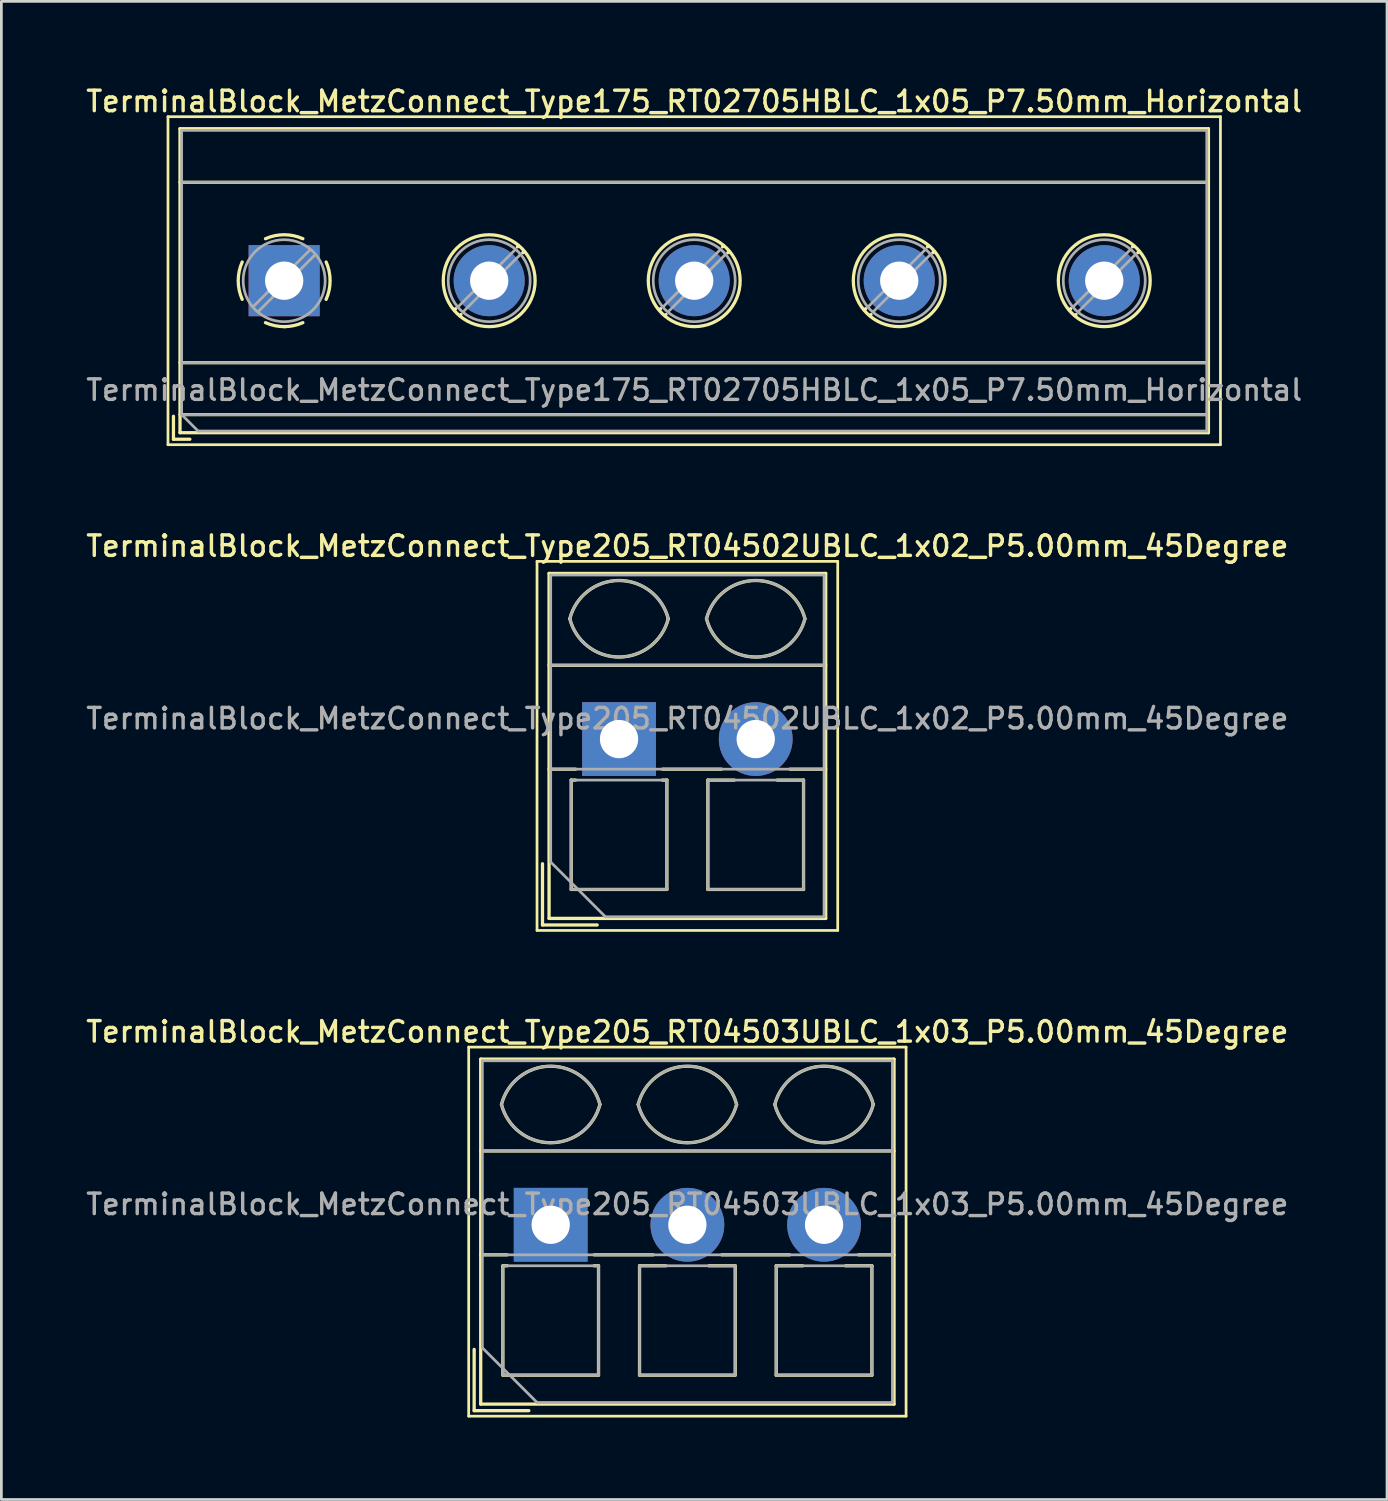
<source format=kicad_pcb>
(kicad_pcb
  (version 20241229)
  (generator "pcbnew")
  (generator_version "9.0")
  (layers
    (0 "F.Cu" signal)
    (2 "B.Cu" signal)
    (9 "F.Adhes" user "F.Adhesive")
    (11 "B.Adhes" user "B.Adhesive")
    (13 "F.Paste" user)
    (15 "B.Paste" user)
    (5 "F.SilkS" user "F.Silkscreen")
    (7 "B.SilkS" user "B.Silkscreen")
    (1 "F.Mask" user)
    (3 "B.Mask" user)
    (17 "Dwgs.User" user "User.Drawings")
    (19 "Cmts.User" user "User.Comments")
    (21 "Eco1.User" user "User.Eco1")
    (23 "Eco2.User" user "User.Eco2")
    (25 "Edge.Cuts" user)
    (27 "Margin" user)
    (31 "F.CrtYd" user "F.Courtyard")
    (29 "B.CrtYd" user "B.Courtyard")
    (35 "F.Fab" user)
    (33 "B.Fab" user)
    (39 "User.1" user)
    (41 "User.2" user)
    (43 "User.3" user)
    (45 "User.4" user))
  (footprint "TerminalBlock_MetzConnect_Type205_RT04502UBLC_1x02_P5.00mm_45Degree"
    (layer "F.Cu")
    (at 19.595 23.986)
    (property "Reference" "TerminalBlock_MetzConnect_Type205_RT04502UBLC_1x02_P5.00mm_45Degree" (at 2.5 -7.06 0) (layer "F.SilkS") (effects (font (size 0.75 0.75) (thickness 0.125))))
    (attr through_hole)
    (fp_line (start -3 -6.5) (end -3 7) (stroke (width 0.1) (type solid)) (layer "F.SilkS"))
    (fp_line (start -3 7) (end 8 7) (stroke (width 0.1) (type solid)) (layer "F.SilkS"))
    (fp_line (start -2.8 4.56) (end -2.8 6.8) (stroke (width 0.12) (type solid)) (layer "F.SilkS"))
    (fp_line (start -2.8 6.8) (end -0.8 6.8) (stroke (width 0.12) (type solid)) (layer "F.SilkS"))
    (fp_line (start -2.56 -6.06) (end -2.56 6.56) (stroke (width 0.12) (type solid)) (layer "F.SilkS"))
    (fp_line (start -2.56 -6.06) (end 7.56 -6.06) (stroke (width 0.12) (type solid)) (layer "F.SilkS"))
    (fp_line (start -2.56 -2.7) (end 7.56 -2.7) (stroke (width 0.12) (type solid)) (layer "F.SilkS"))
    (fp_line (start -2.56 1.1) (end -1.59 1.1) (stroke (width 0.12) (type solid)) (layer "F.SilkS"))
    (fp_line (start -2.56 6.56) (end 7.56 6.56) (stroke (width 0.12) (type solid)) (layer "F.SilkS"))
    (fp_line (start -1.75 1.5) (end -1.75 5.5) (stroke (width 0.12) (type solid)) (layer "F.SilkS"))
    (fp_line (start -1.75 1.5) (end -1.59 1.5) (stroke (width 0.12) (type solid)) (layer "F.SilkS"))
    (fp_line (start -1.75 5.5) (end 1.75 5.5) (stroke (width 0.12) (type solid)) (layer "F.SilkS"))
    (fp_line (start 1.59 1.1) (end 3.744 1.1) (stroke (width 0.12) (type solid)) (layer "F.SilkS"))
    (fp_line (start 1.59 1.5) (end 1.75 1.5) (stroke (width 0.12) (type solid)) (layer "F.SilkS"))
    (fp_line (start 1.75 1.5) (end 1.75 5.5) (stroke (width 0.12) (type solid)) (layer "F.SilkS"))
    (fp_line (start 3.25 1.5) (end 3.25 5.5) (stroke (width 0.12) (type solid)) (layer "F.SilkS"))
    (fp_line (start 3.25 1.5) (end 4.216 1.5) (stroke (width 0.12) (type solid)) (layer "F.SilkS"))
    (fp_line (start 3.25 5.5) (end 6.75 5.5) (stroke (width 0.12) (type solid)) (layer "F.SilkS"))
    (fp_line (start 5.785 1.5) (end 6.75 1.5) (stroke (width 0.12) (type solid)) (layer "F.SilkS"))
    (fp_line (start 6.257 1.1) (end 7.56 1.1) (stroke (width 0.12) (type solid)) (layer "F.SilkS"))
    (fp_line (start 6.75 1.5) (end 6.75 5.5) (stroke (width 0.12) (type solid)) (layer "F.SilkS"))
    (fp_line (start 7.56 -6.06) (end 7.56 6.56) (stroke (width 0.12) (type solid)) (layer "F.SilkS"))
    (fp_line (start 8 -6.5) (end -3 -6.5) (stroke (width 0.1) (type solid)) (layer "F.SilkS"))
    (fp_line (start 8 7) (end 8 -6.5) (stroke (width 0.1) (type solid)) (layer "F.SilkS"))
    (fp_arc (start -1.800846 -4.400605) (mid 0.000312 -5.801077) (end 1.801 -4.4) (stroke (width 0.12) (type solid)) (layer "F.SilkS"))
    (fp_arc (start 1.8 -4.4) (mid -0.000903 -3.000646) (end -1.800445 -4.401751) (stroke (width 0.12) (type solid)) (layer "F.SilkS"))
    (fp_arc (start 3.199154 -4.400605) (mid 5.000312 -5.801077) (end 6.801 -4.4) (stroke (width 0.12) (type solid)) (layer "F.SilkS"))
    (fp_arc (start 6.8 -4.4) (mid 4.999097 -3.000646) (end 3.199555 -4.401751) (stroke (width 0.12) (type solid)) (layer "F.SilkS"))
    (fp_line (start -2.5 -6) (end 7.5 -6) (stroke (width 0.1) (type solid)) (layer "F.Fab"))
    (fp_line (start -2.5 -2.7) (end 7.5 -2.7) (stroke (width 0.1) (type solid)) (layer "F.Fab"))
    (fp_line (start -2.5 1.1) (end 7.5 1.1) (stroke (width 0.1) (type solid)) (layer "F.Fab"))
    (fp_line (start -2.5 4.5) (end -2.5 -6) (stroke (width 0.1) (type solid)) (layer "F.Fab"))
    (fp_line (start -1.75 1.5) (end -1.75 5.5) (stroke (width 0.1) (type solid)) (layer "F.Fab"))
    (fp_line (start -1.75 5.5) (end 1.75 5.5) (stroke (width 0.1) (type solid)) (layer "F.Fab"))
    (fp_line (start -0.5 6.5) (end -2.5 4.5) (stroke (width 0.1) (type solid)) (layer "F.Fab"))
    (fp_line (start 1.75 1.5) (end -1.75 1.5) (stroke (width 0.1) (type solid)) (layer "F.Fab"))
    (fp_line (start 1.75 5.5) (end 1.75 1.5) (stroke (width 0.1) (type solid)) (layer "F.Fab"))
    (fp_line (start 3.25 1.5) (end 3.25 5.5) (stroke (width 0.1) (type solid)) (layer "F.Fab"))
    (fp_line (start 3.25 5.5) (end 6.75 5.5) (stroke (width 0.1) (type solid)) (layer "F.Fab"))
    (fp_line (start 6.75 1.5) (end 3.25 1.5) (stroke (width 0.1) (type solid)) (layer "F.Fab"))
    (fp_line (start 6.75 5.5) (end 6.75 1.5) (stroke (width 0.1) (type solid)) (layer "F.Fab"))
    (fp_line (start 7.5 -6) (end 7.5 6.5) (stroke (width 0.1) (type solid)) (layer "F.Fab"))
    (fp_line (start 7.5 6.5) (end -0.5 6.5) (stroke (width 0.1) (type solid)) (layer "F.Fab"))
    (fp_arc (start -1.800846 -4.400605) (mid 0.000312 -5.801077) (end 1.801 -4.4) (stroke (width 0.1) (type solid)) (layer "F.Fab"))
    (fp_arc (start 1.8 -4.4) (mid -0.000903 -3.000646) (end -1.800445 -4.401751) (stroke (width 0.1) (type solid)) (layer "F.Fab"))
    (fp_arc (start 3.199154 -4.400605) (mid 5.000312 -5.801077) (end 6.801 -4.4) (stroke (width 0.1) (type solid)) (layer "F.Fab"))
    (fp_arc (start 6.8 -4.4) (mid 4.999097 -3.000646) (end 3.199555 -4.401751) (stroke (width 0.1) (type solid)) (layer "F.Fab"))
    (fp_text user "${REFERENCE}" (at 2.5 -0.75 0) (layer "F.Fab") (effects (font (size 0.75 0.75) (thickness 0.125))))
    (pad "1" thru_hole rect (at 0 0) (size 2.7 2.7) (drill 1.4) (layers "*.Cu" "*.Mask"))
    (pad "2" thru_hole circle (at 5 0) (size 2.7 2.7) (drill 1.4) (layers "*.Cu" "*.Mask")))
  (footprint "TerminalBlock_MetzConnect_Type205_RT04503UBLC_1x03_P5.00mm_45Degree"
    (layer "F.Cu")
    (at 17.095 41.754)
    (property "Reference" "TerminalBlock_MetzConnect_Type205_RT04503UBLC_1x03_P5.00mm_45Degree" (at 5 -7.06 0) (layer "F.SilkS") (effects (font (size 0.75 0.75) (thickness 0.125))))
    (attr through_hole)
    (fp_line (start -3 -6.5) (end -3 7) (stroke (width 0.1) (type solid)) (layer "F.SilkS"))
    (fp_line (start -3 7) (end 13 7) (stroke (width 0.1) (type solid)) (layer "F.SilkS"))
    (fp_line (start -2.8 4.56) (end -2.8 6.8) (stroke (width 0.12) (type solid)) (layer "F.SilkS"))
    (fp_line (start -2.8 6.8) (end -0.8 6.8) (stroke (width 0.12) (type solid)) (layer "F.SilkS"))
    (fp_line (start -2.56 -6.06) (end -2.56 6.56) (stroke (width 0.12) (type solid)) (layer "F.SilkS"))
    (fp_line (start -2.56 -6.06) (end 12.56 -6.06) (stroke (width 0.12) (type solid)) (layer "F.SilkS"))
    (fp_line (start -2.56 -2.7) (end 12.56 -2.7) (stroke (width 0.12) (type solid)) (layer "F.SilkS"))
    (fp_line (start -2.56 1.1) (end -1.59 1.1) (stroke (width 0.12) (type solid)) (layer "F.SilkS"))
    (fp_line (start -2.56 6.56) (end 12.56 6.56) (stroke (width 0.12) (type solid)) (layer "F.SilkS"))
    (fp_line (start -1.75 1.5) (end -1.75 5.5) (stroke (width 0.12) (type solid)) (layer "F.SilkS"))
    (fp_line (start -1.75 1.5) (end -1.59 1.5) (stroke (width 0.12) (type solid)) (layer "F.SilkS"))
    (fp_line (start -1.75 5.5) (end 1.75 5.5) (stroke (width 0.12) (type solid)) (layer "F.SilkS"))
    (fp_line (start 1.59 1.1) (end 3.744 1.1) (stroke (width 0.12) (type solid)) (layer "F.SilkS"))
    (fp_line (start 1.59 1.5) (end 1.75 1.5) (stroke (width 0.12) (type solid)) (layer "F.SilkS"))
    (fp_line (start 1.75 1.5) (end 1.75 5.5) (stroke (width 0.12) (type solid)) (layer "F.SilkS"))
    (fp_line (start 3.25 1.5) (end 3.25 5.5) (stroke (width 0.12) (type solid)) (layer "F.SilkS"))
    (fp_line (start 3.25 1.5) (end 4.216 1.5) (stroke (width 0.12) (type solid)) (layer "F.SilkS"))
    (fp_line (start 3.25 5.5) (end 6.75 5.5) (stroke (width 0.12) (type solid)) (layer "F.SilkS"))
    (fp_line (start 5.785 1.5) (end 6.75 1.5) (stroke (width 0.12) (type solid)) (layer "F.SilkS"))
    (fp_line (start 6.257 1.1) (end 8.744 1.1) (stroke (width 0.12) (type solid)) (layer "F.SilkS"))
    (fp_line (start 6.75 1.5) (end 6.75 5.5) (stroke (width 0.12) (type solid)) (layer "F.SilkS"))
    (fp_line (start 8.25 1.5) (end 8.25 5.5) (stroke (width 0.12) (type solid)) (layer "F.SilkS"))
    (fp_line (start 8.25 1.5) (end 9.216 1.5) (stroke (width 0.12) (type solid)) (layer "F.SilkS"))
    (fp_line (start 8.25 5.5) (end 11.75 5.5) (stroke (width 0.12) (type solid)) (layer "F.SilkS"))
    (fp_line (start 10.785 1.5) (end 11.75 1.5) (stroke (width 0.12) (type solid)) (layer "F.SilkS"))
    (fp_line (start 11.257 1.1) (end 12.56 1.1) (stroke (width 0.12) (type solid)) (layer "F.SilkS"))
    (fp_line (start 11.75 1.5) (end 11.75 5.5) (stroke (width 0.12) (type solid)) (layer "F.SilkS"))
    (fp_line (start 12.56 -6.06) (end 12.56 6.56) (stroke (width 0.12) (type solid)) (layer "F.SilkS"))
    (fp_line (start 13 -6.5) (end -3 -6.5) (stroke (width 0.1) (type solid)) (layer "F.SilkS"))
    (fp_line (start 13 7) (end 13 -6.5) (stroke (width 0.1) (type solid)) (layer "F.SilkS"))
    (fp_arc (start -1.800846 -4.400605) (mid 0.000312 -5.801077) (end 1.801 -4.4) (stroke (width 0.12) (type solid)) (layer "F.SilkS"))
    (fp_arc (start 1.8 -4.4) (mid -0.000903 -3.000646) (end -1.800445 -4.401751) (stroke (width 0.12) (type solid)) (layer "F.SilkS"))
    (fp_arc (start 3.199154 -4.400605) (mid 5.000312 -5.801077) (end 6.801 -4.4) (stroke (width 0.12) (type solid)) (layer "F.SilkS"))
    (fp_arc (start 6.8 -4.4) (mid 4.999097 -3.000646) (end 3.199555 -4.401751) (stroke (width 0.12) (type solid)) (layer "F.SilkS"))
    (fp_arc (start 8.199154 -4.400605) (mid 10.000312 -5.801077) (end 11.801 -4.4) (stroke (width 0.12) (type solid)) (layer "F.SilkS"))
    (fp_arc (start 11.8 -4.4) (mid 9.999097 -3.000646) (end 8.199555 -4.401751) (stroke (width 0.12) (type solid)) (layer "F.SilkS"))
    (fp_line (start -2.5 -6) (end 12.5 -6) (stroke (width 0.1) (type solid)) (layer "F.Fab"))
    (fp_line (start -2.5 -2.7) (end 12.5 -2.7) (stroke (width 0.1) (type solid)) (layer "F.Fab"))
    (fp_line (start -2.5 1.1) (end 12.5 1.1) (stroke (width 0.1) (type solid)) (layer "F.Fab"))
    (fp_line (start -2.5 4.5) (end -2.5 -6) (stroke (width 0.1) (type solid)) (layer "F.Fab"))
    (fp_line (start -1.75 1.5) (end -1.75 5.5) (stroke (width 0.1) (type solid)) (layer "F.Fab"))
    (fp_line (start -1.75 5.5) (end 1.75 5.5) (stroke (width 0.1) (type solid)) (layer "F.Fab"))
    (fp_line (start -0.5 6.5) (end -2.5 4.5) (stroke (width 0.1) (type solid)) (layer "F.Fab"))
    (fp_line (start 1.75 1.5) (end -1.75 1.5) (stroke (width 0.1) (type solid)) (layer "F.Fab"))
    (fp_line (start 1.75 5.5) (end 1.75 1.5) (stroke (width 0.1) (type solid)) (layer "F.Fab"))
    (fp_line (start 3.25 1.5) (end 3.25 5.5) (stroke (width 0.1) (type solid)) (layer "F.Fab"))
    (fp_line (start 3.25 5.5) (end 6.75 5.5) (stroke (width 0.1) (type solid)) (layer "F.Fab"))
    (fp_line (start 6.75 1.5) (end 3.25 1.5) (stroke (width 0.1) (type solid)) (layer "F.Fab"))
    (fp_line (start 6.75 5.5) (end 6.75 1.5) (stroke (width 0.1) (type solid)) (layer "F.Fab"))
    (fp_line (start 8.25 1.5) (end 8.25 5.5) (stroke (width 0.1) (type solid)) (layer "F.Fab"))
    (fp_line (start 8.25 5.5) (end 11.75 5.5) (stroke (width 0.1) (type solid)) (layer "F.Fab"))
    (fp_line (start 11.75 1.5) (end 8.25 1.5) (stroke (width 0.1) (type solid)) (layer "F.Fab"))
    (fp_line (start 11.75 5.5) (end 11.75 1.5) (stroke (width 0.1) (type solid)) (layer "F.Fab"))
    (fp_line (start 12.5 -6) (end 12.5 6.5) (stroke (width 0.1) (type solid)) (layer "F.Fab"))
    (fp_line (start 12.5 6.5) (end -0.5 6.5) (stroke (width 0.1) (type solid)) (layer "F.Fab"))
    (fp_arc (start -1.800846 -4.400605) (mid 0.000312 -5.801077) (end 1.801 -4.4) (stroke (width 0.1) (type solid)) (layer "F.Fab"))
    (fp_arc (start 1.8 -4.4) (mid -0.000903 -3.000646) (end -1.800445 -4.401751) (stroke (width 0.1) (type solid)) (layer "F.Fab"))
    (fp_arc (start 3.199154 -4.400605) (mid 5.000312 -5.801077) (end 6.801 -4.4) (stroke (width 0.1) (type solid)) (layer "F.Fab"))
    (fp_arc (start 6.8 -4.4) (mid 4.999097 -3.000646) (end 3.199555 -4.401751) (stroke (width 0.1) (type solid)) (layer "F.Fab"))
    (fp_arc (start 8.199154 -4.400605) (mid 10.000312 -5.801077) (end 11.801 -4.4) (stroke (width 0.1) (type solid)) (layer "F.Fab"))
    (fp_arc (start 11.8 -4.4) (mid 9.999097 -3.000646) (end 8.199555 -4.401751) (stroke (width 0.1) (type solid)) (layer "F.Fab"))
    (fp_text user "${REFERENCE}" (at 5 -0.75 0) (layer "F.Fab") (effects (font (size 0.75 0.75) (thickness 0.125))))
    (pad "1" thru_hole rect (at 0 0) (size 2.7 2.7) (drill 1.4) (layers "*.Cu" "*.Mask"))
    (pad "2" thru_hole circle (at 5 0) (size 2.7 2.7) (drill 1.4) (layers "*.Cu" "*.Mask"))
    (pad "3" thru_hole circle (at 10 0) (size 2.7 2.7) (drill 1.4) (layers "*.Cu" "*.Mask")))
  (footprint "TerminalBlock_MetzConnect_Type175_RT02705HBLC_1x05_P7.50mm_Horizontal"
    (layer "F.Cu")
    (at 7.345 7.218)
    (property "Reference" "TerminalBlock_MetzConnect_Type175_RT02705HBLC_1x05_P7.50mm_Horizontal" (at 15 -6.56 0) (layer "F.SilkS") (effects (font (size 0.75 0.75) (thickness 0.125))))
    (attr through_hole)
    (fp_line (start -4.25 -6) (end -4.25 6) (stroke (width 0.1) (type solid)) (layer "F.SilkS"))
    (fp_line (start -4.25 6) (end 34.25 6) (stroke (width 0.1) (type solid)) (layer "F.SilkS"))
    (fp_line (start -4.05 4.96) (end -4.05 5.8) (stroke (width 0.12) (type solid)) (layer "F.SilkS"))
    (fp_line (start -4.05 5.8) (end -3.45 5.8) (stroke (width 0.12) (type solid)) (layer "F.SilkS"))
    (fp_line (start -3.81 -5.56) (end -3.81 5.56) (stroke (width 0.12) (type solid)) (layer "F.SilkS"))
    (fp_line (start -3.81 -5.56) (end 33.81 -5.56) (stroke (width 0.12) (type solid)) (layer "F.SilkS"))
    (fp_line (start -3.81 -3.6) (end 33.81 -3.6) (stroke (width 0.12) (type solid)) (layer "F.SilkS"))
    (fp_line (start -3.81 3) (end 33.81 3) (stroke (width 0.12) (type solid)) (layer "F.SilkS"))
    (fp_line (start -3.81 4.9) (end 33.81 4.9) (stroke (width 0.12) (type solid)) (layer "F.SilkS"))
    (fp_line (start -3.81 5.56) (end 33.81 5.56) (stroke (width 0.12) (type solid)) (layer "F.SilkS"))
    (fp_line (start 6.273 1.023) (end 6.226 1.069) (stroke (width 0.12) (type solid)) (layer "F.SilkS"))
    (fp_line (start 6.466 1.239) (end 6.431 1.274) (stroke (width 0.12) (type solid)) (layer "F.SilkS"))
    (fp_line (start 8.57 -1.275) (end 8.535 -1.239) (stroke (width 0.12) (type solid)) (layer "F.SilkS"))
    (fp_line (start 8.775 -1.069) (end 8.728 -1.023) (stroke (width 0.12) (type solid)) (layer "F.SilkS"))
    (fp_line (start 13.773 1.023) (end 13.726 1.069) (stroke (width 0.12) (type solid)) (layer "F.SilkS"))
    (fp_line (start 13.966 1.239) (end 13.931 1.274) (stroke (width 0.12) (type solid)) (layer "F.SilkS"))
    (fp_line (start 16.07 -1.275) (end 16.035 -1.239) (stroke (width 0.12) (type solid)) (layer "F.SilkS"))
    (fp_line (start 16.275 -1.069) (end 16.228 -1.023) (stroke (width 0.12) (type solid)) (layer "F.SilkS"))
    (fp_line (start 21.273 1.023) (end 21.226 1.069) (stroke (width 0.12) (type solid)) (layer "F.SilkS"))
    (fp_line (start 21.466 1.239) (end 21.431 1.274) (stroke (width 0.12) (type solid)) (layer "F.SilkS"))
    (fp_line (start 23.57 -1.275) (end 23.535 -1.239) (stroke (width 0.12) (type solid)) (layer "F.SilkS"))
    (fp_line (start 23.775 -1.069) (end 23.728 -1.023) (stroke (width 0.12) (type solid)) (layer "F.SilkS"))
    (fp_line (start 28.773 1.023) (end 28.726 1.069) (stroke (width 0.12) (type solid)) (layer "F.SilkS"))
    (fp_line (start 28.966 1.239) (end 28.931 1.274) (stroke (width 0.12) (type solid)) (layer "F.SilkS"))
    (fp_line (start 31.07 -1.275) (end 31.035 -1.239) (stroke (width 0.12) (type solid)) (layer "F.SilkS"))
    (fp_line (start 31.275 -1.069) (end 31.228 -1.023) (stroke (width 0.12) (type solid)) (layer "F.SilkS"))
    (fp_line (start 33.81 -5.56) (end 33.81 5.56) (stroke (width 0.12) (type solid)) (layer "F.SilkS"))
    (fp_line (start 34.25 -6) (end -4.25 -6) (stroke (width 0.1) (type solid)) (layer "F.SilkS"))
    (fp_line (start 34.25 6) (end 34.25 -6) (stroke (width 0.1) (type solid)) (layer "F.SilkS"))
    (fp_arc (start -1.535427 0.683042) (mid -1.680501 -0.000524) (end -1.535 -0.684) (stroke (width 0.12) (type solid)) (layer "F.SilkS"))
    (fp_arc (start -0.683042 -1.535427) (mid 0.000524 -1.680501) (end 0.684 -1.535) (stroke (width 0.12) (type solid)) (layer "F.SilkS"))
    (fp_arc (start 0.028805 1.680253) (mid -0.335551 1.646659) (end -0.684 1.535) (stroke (width 0.12) (type solid)) (layer "F.SilkS"))
    (fp_arc (start 0.683318 1.534756) (mid 0.349292 1.643288) (end 0 1.68) (stroke (width 0.12) (type solid)) (layer "F.SilkS"))
    (fp_arc (start 1.535427 -0.683042) (mid 1.680501 0.000524) (end 1.535 0.684) (stroke (width 0.12) (type solid)) (layer "F.SilkS"))
    (fp_circle (center 7.5 0) (end 9.18 0) (stroke (width 0.12) (type solid)) (fill no) (layer "F.SilkS"))
    (fp_circle (center 15 0) (end 16.68 0) (stroke (width 0.12) (type solid)) (fill no) (layer "F.SilkS"))
    (fp_circle (center 22.5 0) (end 24.18 0) (stroke (width 0.12) (type solid)) (fill no) (layer "F.SilkS"))
    (fp_circle (center 30 0) (end 31.68 0) (stroke (width 0.12) (type solid)) (fill no) (layer "F.SilkS"))
    (fp_line (start -3.75 -5.5) (end 33.75 -5.5) (stroke (width 0.1) (type solid)) (layer "F.Fab"))
    (fp_line (start -3.75 -3.6) (end 33.75 -3.6) (stroke (width 0.1) (type solid)) (layer "F.Fab"))
    (fp_line (start -3.75 3) (end 33.75 3) (stroke (width 0.1) (type solid)) (layer "F.Fab"))
    (fp_line (start -3.75 4.9) (end -3.75 -5.5) (stroke (width 0.1) (type solid)) (layer "F.Fab"))
    (fp_line (start -3.75 4.9) (end 33.75 4.9) (stroke (width 0.1) (type solid)) (layer "F.Fab"))
    (fp_line (start -3.15 5.5) (end -3.75 4.9) (stroke (width 0.1) (type solid)) (layer "F.Fab"))
    (fp_line (start 0.955 -1.138) (end -1.138 0.955) (stroke (width 0.1) (type solid)) (layer "F.Fab"))
    (fp_line (start 1.138 -0.955) (end -0.955 1.138) (stroke (width 0.1) (type solid)) (layer "F.Fab"))
    (fp_line (start 8.455 -1.138) (end 6.363 0.955) (stroke (width 0.1) (type solid)) (layer "F.Fab"))
    (fp_line (start 8.638 -0.955) (end 6.546 1.138) (stroke (width 0.1) (type solid)) (layer "F.Fab"))
    (fp_line (start 15.955 -1.138) (end 13.863 0.955) (stroke (width 0.1) (type solid)) (layer "F.Fab"))
    (fp_line (start 16.138 -0.955) (end 14.046 1.138) (stroke (width 0.1) (type solid)) (layer "F.Fab"))
    (fp_line (start 23.455 -1.138) (end 21.363 0.955) (stroke (width 0.1) (type solid)) (layer "F.Fab"))
    (fp_line (start 23.638 -0.955) (end 21.546 1.138) (stroke (width 0.1) (type solid)) (layer "F.Fab"))
    (fp_line (start 30.955 -1.138) (end 28.863 0.955) (stroke (width 0.1) (type solid)) (layer "F.Fab"))
    (fp_line (start 31.138 -0.955) (end 29.046 1.138) (stroke (width 0.1) (type solid)) (layer "F.Fab"))
    (fp_line (start 33.75 -5.5) (end 33.75 5.5) (stroke (width 0.1) (type solid)) (layer "F.Fab"))
    (fp_line (start 33.75 5.5) (end -3.15 5.5) (stroke (width 0.1) (type solid)) (layer "F.Fab"))
    (fp_circle (center 0 0) (end 1.5 0) (stroke (width 0.1) (type solid)) (fill no) (layer "F.Fab"))
    (fp_circle (center 7.5 0) (end 9 0) (stroke (width 0.1) (type solid)) (fill no) (layer "F.Fab"))
    (fp_circle (center 15 0) (end 16.5 0) (stroke (width 0.1) (type solid)) (fill no) (layer "F.Fab"))
    (fp_circle (center 22.5 0) (end 24 0) (stroke (width 0.1) (type solid)) (fill no) (layer "F.Fab"))
    (fp_circle (center 30 0) (end 31.5 0) (stroke (width 0.1) (type solid)) (fill no) (layer "F.Fab"))
    (fp_text user "${REFERENCE}" (at 15 4 0) (layer "F.Fab") (effects (font (size 0.75 0.75) (thickness 0.125))))
    (pad "1" thru_hole rect (at 0 0) (size 2.6 2.6) (drill 1.4) (layers "*.Cu" "*.Mask"))
    (pad "2" thru_hole circle (at 7.5 0) (size 2.6 2.6) (drill 1.4) (layers "*.Cu" "*.Mask"))
    (pad "3" thru_hole circle (at 15 0) (size 2.6 2.6) (drill 1.4) (layers "*.Cu" "*.Mask"))
    (pad "4" thru_hole circle (at 22.5 0) (size 2.6 2.6) (drill 1.4) (layers "*.Cu" "*.Mask"))
    (pad "5" thru_hole circle (at 30 0) (size 2.6 2.6) (drill 1.4) (layers "*.Cu" "*.Mask")))
  (gr_rect
    (start -3 -3)
    (end 47.689 51.804)
    (stroke (width 0.1) (type default))
    (fill no)
    (layer "Edge.Cuts")))
</source>
